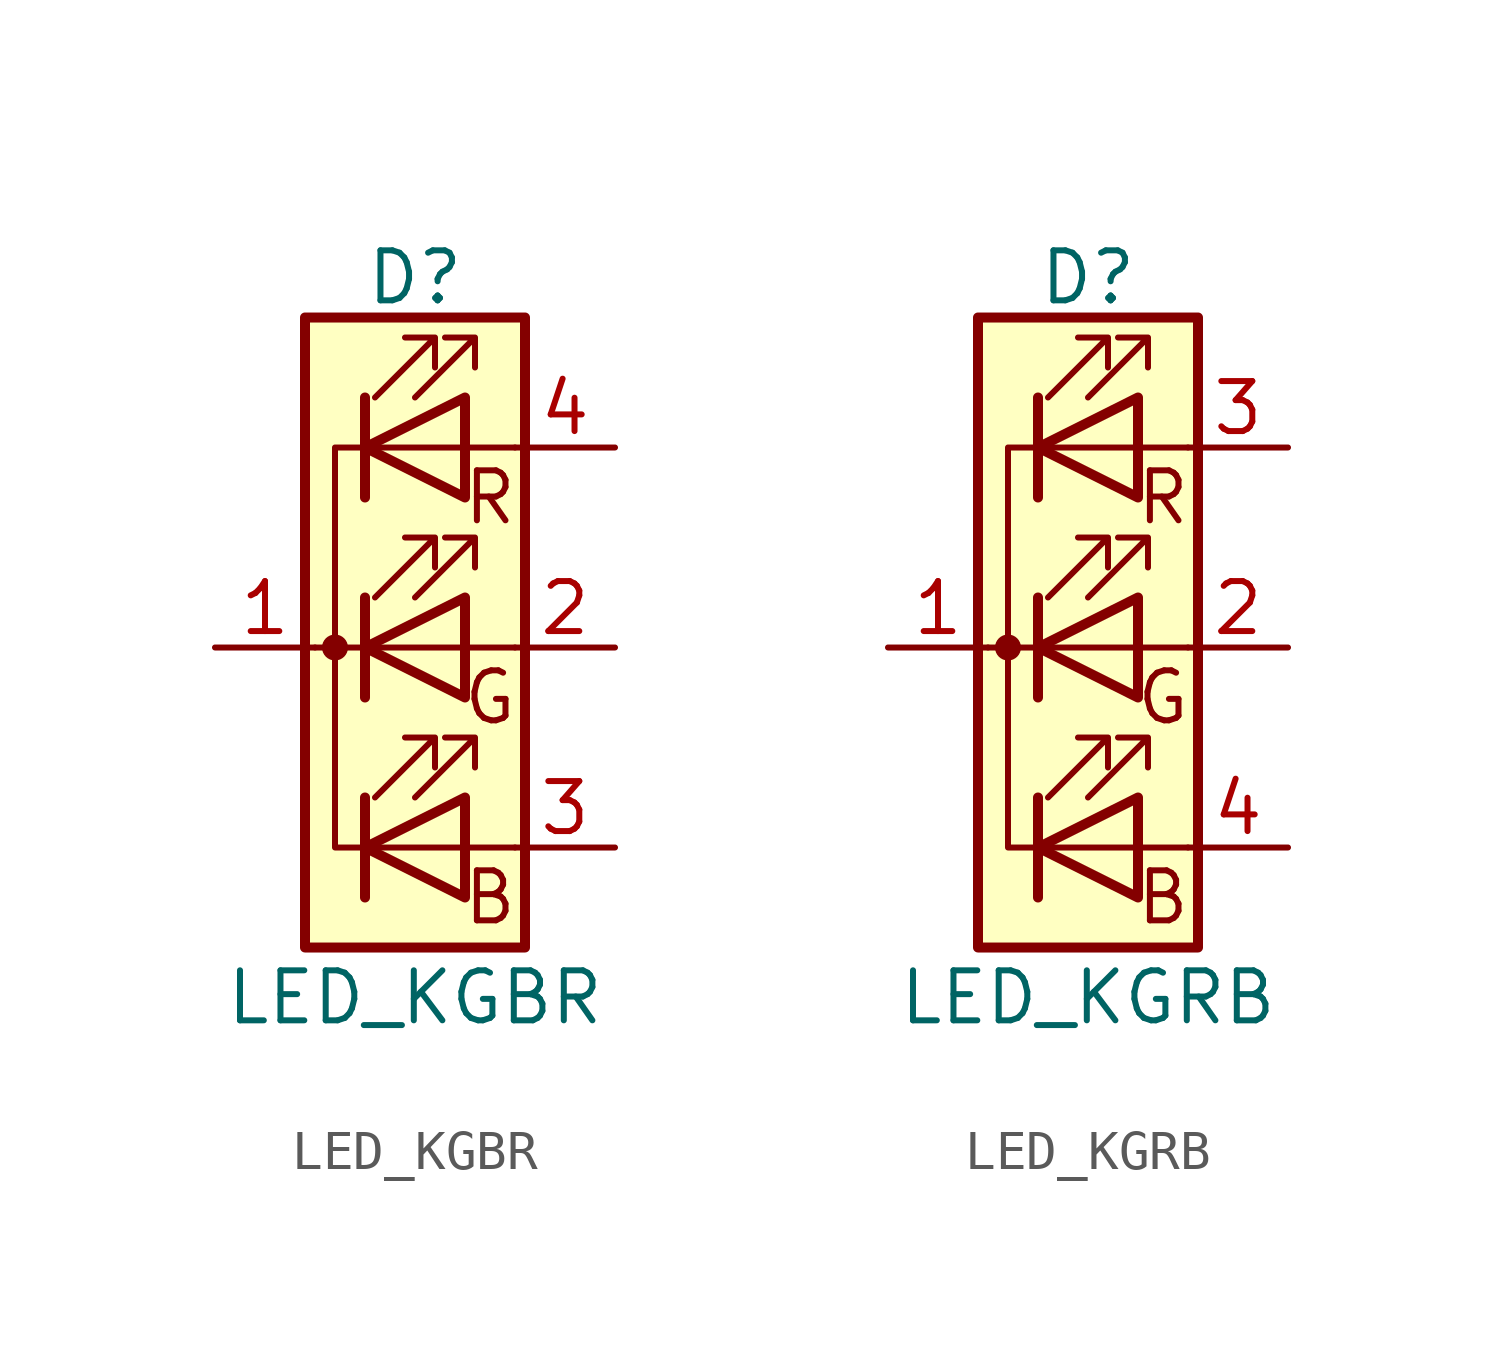
<source format=kicad_sym>
(kicad_symbol_lib
  (version 20211014)
  (generator kicad_symbol_editor)
  (symbol "LED_KGBR"
    (pin_names
      (offset 0) hide)
    (property "Reference" "D"
      (at 0 9.398 0)
      (effects (font (size 1.27 1.27))))
    (property "Value" "LED_KGBR"
      (at 0 -8.89 0)
      (effects (font (size 1.27 1.27))))
    (symbol "LED_KGBR_0_0"
      (text "B" (at 1.905 -6.35 0) (effects (font (size 1.27 1.27))))
      (text "G" (at 1.905 -1.27 0) (effects (font (size 1.27 1.27))))
      (text "R" (at 1.905 3.81 0) (effects (font (size 1.27 1.27)))))
    (symbol "LED_KGBR_0_1"
      (circle (center -2.032 0) (radius 0.254) (stroke (width 0) (type default) (color 0 0 0 0)) (fill (type outline)))
      (polyline (pts (xy -1.27 -5.08) (xy 1.27 -5.08)) (stroke (width 0) (type default) (color 0 0 0 0)) (fill (type none)))
      (polyline (pts (xy -1.27 -3.81) (xy -1.27 -6.35)) (stroke (width 0.254) (type default) (color 0 0 0 0)) (fill (type none)))
      (polyline (pts (xy -1.27 0) (xy -2.54 0)) (stroke (width 0) (type default) (color 0 0 0 0)) (fill (type none)))
      (polyline (pts (xy -1.27 1.27) (xy -1.27 -1.27)) (stroke (width 0.254) (type default) (color 0 0 0 0)) (fill (type none)))
      (polyline (pts (xy -1.27 5.08) (xy 1.27 5.08)) (stroke (width 0) (type default) (color 0 0 0 0)) (fill (type none)))
      (polyline (pts (xy -1.27 6.35) (xy -1.27 3.81)) (stroke (width 0.254) (type default) (color 0 0 0 0)) (fill (type none)))
      (polyline (pts (xy 1.27 -5.08) (xy 2.54 -5.08)) (stroke (width 0) (type default) (color 0 0 0 0)) (fill (type none)))
      (polyline (pts (xy 1.27 0) (xy -1.27 0)) (stroke (width 0) (type default) (color 0 0 0 0)) (fill (type none)))
      (polyline (pts (xy 1.27 0) (xy 2.54 0)) (stroke (width 0) (type default) (color 0 0 0 0)) (fill (type none)))
      (polyline (pts (xy 1.27 5.08) (xy 2.54 5.08)) (stroke (width 0) (type default) (color 0 0 0 0)) (fill (type none)))
      (polyline (pts (xy -1.27 1.27) (xy -1.27 -1.27) (xy -1.27 -1.27)) (stroke (width 0) (type default) (color 0 0 0 0)) (fill (type none)))
      (polyline (pts (xy -1.27 6.35) (xy -1.27 3.81) (xy -1.27 3.81)) (stroke (width 0) (type default) (color 0 0 0 0)) (fill (type none)))
      (polyline (pts (xy -1.27 5.08) (xy -2.032 5.08) (xy -2.032 -5.08) (xy -1.016 -5.08)) (stroke (width 0) (type default) (color 0 0 0 0)) (fill (type none)))
      (polyline (pts (xy 1.27 -3.81) (xy 1.27 -6.35) (xy -1.27 -5.08) (xy 1.27 -3.81)) (stroke (width 0.254) (type default) (color 0 0 0 0)) (fill (type none)))
      (polyline (pts (xy 1.27 1.27) (xy 1.27 -1.27) (xy -1.27 0) (xy 1.27 1.27)) (stroke (width 0.254) (type default) (color 0 0 0 0)) (fill (type none)))
      (polyline (pts (xy 1.27 6.35) (xy 1.27 3.81) (xy -1.27 5.08) (xy 1.27 6.35)) (stroke (width 0.254) (type default) (color 0 0 0 0)) (fill (type none)))
      (polyline (pts (xy -1.016 -3.81) (xy 0.508 -2.286) (xy -0.254 -2.286) (xy 0.508 -2.286) (xy 0.508 -3.048)) (stroke (width 0) (type default) (color 0 0 0 0)) (fill (type none)))
      (polyline (pts (xy -1.016 1.27) (xy 0.508 2.794) (xy -0.254 2.794) (xy 0.508 2.794) (xy 0.508 2.032)) (stroke (width 0) (type default) (color 0 0 0 0)) (fill (type none)))
      (polyline (pts (xy -1.016 6.35) (xy 0.508 7.874) (xy -0.254 7.874) (xy 0.508 7.874) (xy 0.508 7.112)) (stroke (width 0) (type default) (color 0 0 0 0)) (fill (type none)))
      (polyline (pts (xy 0 -3.81) (xy 1.524 -2.286) (xy 0.762 -2.286) (xy 1.524 -2.286) (xy 1.524 -3.048)) (stroke (width 0) (type default) (color 0 0 0 0)) (fill (type none)))
      (polyline (pts (xy 0 1.27) (xy 1.524 2.794) (xy 0.762 2.794) (xy 1.524 2.794) (xy 1.524 2.032)) (stroke (width 0) (type default) (color 0 0 0 0)) (fill (type none)))
      (polyline (pts (xy 0 6.35) (xy 1.524 7.874) (xy 0.762 7.874) (xy 1.524 7.874) (xy 1.524 7.112)) (stroke (width 0) (type default) (color 0 0 0 0)) (fill (type none)))
      (rectangle (start 1.27 -1.27) (end 1.27 1.27) (stroke (width 0) (type default) (color 0 0 0 0)) (fill (type none)))
      (rectangle (start 1.27 1.27) (end 1.27 1.27) (stroke (width 0) (type default) (color 0 0 0 0)) (fill (type none)))
      (rectangle (start 1.27 3.81) (end 1.27 6.35) (stroke (width 0) (type default) (color 0 0 0 0)) (fill (type none)))
      (rectangle (start 1.27 6.35) (end 1.27 6.35) (stroke (width 0) (type default) (color 0 0 0 0)) (fill (type none)))
      (rectangle (start 2.794 8.382) (end -2.794 -7.62) (stroke (width 0.254) (type default) (color 0 0 0 0)) (fill (type background))))
    (symbol "LED_KGBR_1_1"
      (pin passive line (at -5.08 0 0) (length 2.54) (name "K" (effects (font (size 1.27 1.27)))) (number "1" (effects (font (size 1.27 1.27)))))
      (pin passive line (at 5.08 0 180) (length 2.54) (name "GA" (effects (font (size 1.27 1.27)))) (number "2" (effects (font (size 1.27 1.27)))))
      (pin passive line (at 5.08 -5.08 180) (length 2.54) (name "BA" (effects (font (size 1.27 1.27)))) (number "3" (effects (font (size 1.27 1.27)))))
      (pin passive line (at 5.08 5.08 180) (length 2.54) (name "RA" (effects (font (size 1.27 1.27)))) (number "4" (effects (font (size 1.27 1.27)))))))
  (symbol "LED_KGRB"
    (pin_names
      (offset 0) hide)
    (property "Reference" "D"
      (at 0 9.398 0)
      (effects (font (size 1.27 1.27))))
    (property "Value" "LED_KGRB"
      (at 0 -8.89 0)
      (effects (font (size 1.27 1.27))))
    (symbol "LED_KGRB_0_0"
      (text "B" (at 1.905 -6.35 0) (effects (font (size 1.27 1.27))))
      (text "G" (at 1.905 -1.27 0) (effects (font (size 1.27 1.27))))
      (text "R" (at 1.905 3.81 0) (effects (font (size 1.27 1.27)))))
    (symbol "LED_KGRB_0_1"
      (circle (center -2.032 0) (radius 0.254) (stroke (width 0) (type default) (color 0 0 0 0)) (fill (type outline)))
      (polyline (pts (xy -1.27 -5.08) (xy 1.27 -5.08)) (stroke (width 0) (type default) (color 0 0 0 0)) (fill (type none)))
      (polyline (pts (xy -1.27 -3.81) (xy -1.27 -6.35)) (stroke (width 0.254) (type default) (color 0 0 0 0)) (fill (type none)))
      (polyline (pts (xy -1.27 0) (xy -2.54 0)) (stroke (width 0) (type default) (color 0 0 0 0)) (fill (type none)))
      (polyline (pts (xy -1.27 1.27) (xy -1.27 -1.27)) (stroke (width 0.254) (type default) (color 0 0 0 0)) (fill (type none)))
      (polyline (pts (xy -1.27 5.08) (xy 1.27 5.08)) (stroke (width 0) (type default) (color 0 0 0 0)) (fill (type none)))
      (polyline (pts (xy -1.27 6.35) (xy -1.27 3.81)) (stroke (width 0.254) (type default) (color 0 0 0 0)) (fill (type none)))
      (polyline (pts (xy 1.27 -5.08) (xy 2.54 -5.08)) (stroke (width 0) (type default) (color 0 0 0 0)) (fill (type none)))
      (polyline (pts (xy 1.27 0) (xy -1.27 0)) (stroke (width 0) (type default) (color 0 0 0 0)) (fill (type none)))
      (polyline (pts (xy 1.27 0) (xy 2.54 0)) (stroke (width 0) (type default) (color 0 0 0 0)) (fill (type none)))
      (polyline (pts (xy 1.27 5.08) (xy 2.54 5.08)) (stroke (width 0) (type default) (color 0 0 0 0)) (fill (type none)))
      (polyline (pts (xy -1.27 1.27) (xy -1.27 -1.27) (xy -1.27 -1.27)) (stroke (width 0) (type default) (color 0 0 0 0)) (fill (type none)))
      (polyline (pts (xy -1.27 6.35) (xy -1.27 3.81) (xy -1.27 3.81)) (stroke (width 0) (type default) (color 0 0 0 0)) (fill (type none)))
      (polyline (pts (xy -1.27 5.08) (xy -2.032 5.08) (xy -2.032 -5.08) (xy -1.016 -5.08)) (stroke (width 0) (type default) (color 0 0 0 0)) (fill (type none)))
      (polyline (pts (xy 1.27 -3.81) (xy 1.27 -6.35) (xy -1.27 -5.08) (xy 1.27 -3.81)) (stroke (width 0.254) (type default) (color 0 0 0 0)) (fill (type none)))
      (polyline (pts (xy 1.27 1.27) (xy 1.27 -1.27) (xy -1.27 0) (xy 1.27 1.27)) (stroke (width 0.254) (type default) (color 0 0 0 0)) (fill (type none)))
      (polyline (pts (xy 1.27 6.35) (xy 1.27 3.81) (xy -1.27 5.08) (xy 1.27 6.35)) (stroke (width 0.254) (type default) (color 0 0 0 0)) (fill (type none)))
      (polyline (pts (xy -1.016 -3.81) (xy 0.508 -2.286) (xy -0.254 -2.286) (xy 0.508 -2.286) (xy 0.508 -3.048)) (stroke (width 0) (type default) (color 0 0 0 0)) (fill (type none)))
      (polyline (pts (xy -1.016 1.27) (xy 0.508 2.794) (xy -0.254 2.794) (xy 0.508 2.794) (xy 0.508 2.032)) (stroke (width 0) (type default) (color 0 0 0 0)) (fill (type none)))
      (polyline (pts (xy -1.016 6.35) (xy 0.508 7.874) (xy -0.254 7.874) (xy 0.508 7.874) (xy 0.508 7.112)) (stroke (width 0) (type default) (color 0 0 0 0)) (fill (type none)))
      (polyline (pts (xy 0 -3.81) (xy 1.524 -2.286) (xy 0.762 -2.286) (xy 1.524 -2.286) (xy 1.524 -3.048)) (stroke (width 0) (type default) (color 0 0 0 0)) (fill (type none)))
      (polyline (pts (xy 0 1.27) (xy 1.524 2.794) (xy 0.762 2.794) (xy 1.524 2.794) (xy 1.524 2.032)) (stroke (width 0) (type default) (color 0 0 0 0)) (fill (type none)))
      (polyline (pts (xy 0 6.35) (xy 1.524 7.874) (xy 0.762 7.874) (xy 1.524 7.874) (xy 1.524 7.112)) (stroke (width 0) (type default) (color 0 0 0 0)) (fill (type none)))
      (rectangle (start 1.27 -1.27) (end 1.27 1.27) (stroke (width 0) (type default) (color 0 0 0 0)) (fill (type none)))
      (rectangle (start 1.27 1.27) (end 1.27 1.27) (stroke (width 0) (type default) (color 0 0 0 0)) (fill (type none)))
      (rectangle (start 1.27 3.81) (end 1.27 6.35) (stroke (width 0) (type default) (color 0 0 0 0)) (fill (type none)))
      (rectangle (start 1.27 6.35) (end 1.27 6.35) (stroke (width 0) (type default) (color 0 0 0 0)) (fill (type none)))
      (rectangle (start 2.794 8.382) (end -2.794 -7.62) (stroke (width 0.254) (type default) (color 0 0 0 0)) (fill (type background))))
    (symbol "LED_KGRB_1_1"
      (pin passive line (at -5.08 0 0) (length 2.54) (name "K" (effects (font (size 1.27 1.27)))) (number "1" (effects (font (size 1.27 1.27)))))
      (pin passive line (at 5.08 0 180) (length 2.54) (name "GA" (effects (font (size 1.27 1.27)))) (number "2" (effects (font (size 1.27 1.27)))))
      (pin passive line (at 5.08 5.08 180) (length 2.54) (name "RA" (effects (font (size 1.27 1.27)))) (number "3" (effects (font (size 1.27 1.27)))))
      (pin passive line (at 5.08 -5.08 180) (length 2.54) (name "BA" (effects (font (size 1.27 1.27)))) (number "4" (effects (font (size 1.27 1.27))))))))
</source>
